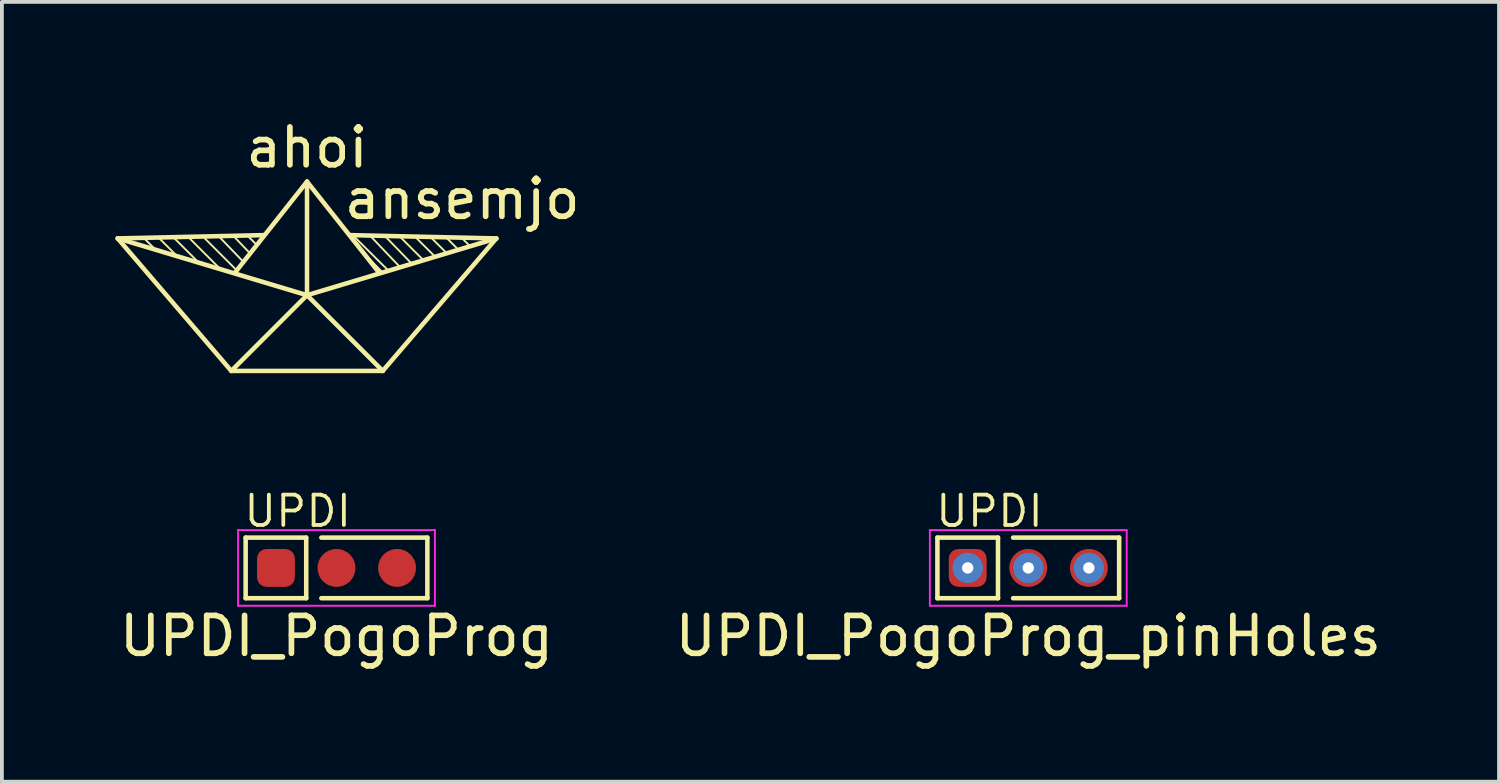
<source format=kicad_pcb>
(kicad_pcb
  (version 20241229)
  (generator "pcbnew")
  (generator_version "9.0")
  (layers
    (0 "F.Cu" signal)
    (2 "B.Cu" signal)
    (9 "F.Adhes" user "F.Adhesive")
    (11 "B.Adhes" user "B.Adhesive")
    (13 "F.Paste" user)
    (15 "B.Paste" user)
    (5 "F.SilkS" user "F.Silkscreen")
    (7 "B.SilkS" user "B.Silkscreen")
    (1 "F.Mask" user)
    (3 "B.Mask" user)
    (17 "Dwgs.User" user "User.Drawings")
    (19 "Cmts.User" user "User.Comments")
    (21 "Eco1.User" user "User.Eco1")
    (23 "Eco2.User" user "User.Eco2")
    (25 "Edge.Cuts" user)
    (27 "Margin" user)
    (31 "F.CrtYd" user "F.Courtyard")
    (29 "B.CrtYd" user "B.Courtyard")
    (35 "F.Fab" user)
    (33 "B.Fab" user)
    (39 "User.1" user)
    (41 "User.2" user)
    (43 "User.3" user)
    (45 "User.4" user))
  (footprint "ahoi-mask"
    (layer "F.Cu")
    (at 20.44 4.748)
    (property "Reference" "ahoi-mask" (at 0 -3.9 0) (layer "F.Mask") (effects (font (size 1 1) (thickness 0.15))))
    (attr through_hole)
    (fp_line (start -5 -1.5) (end 0 0) (stroke (width 0.12) (type solid)) (layer "F.Mask"))
    (fp_line (start -4.3 -1.5) (end -4 -1.2) (stroke (width 0.05) (type solid)) (layer "F.Mask"))
    (fp_line (start -3.9 -1.5) (end -3.45 -1.05) (stroke (width 0.05) (type solid)) (layer "F.Mask"))
    (fp_line (start -3.5 -1.5) (end -2.9 -0.9) (stroke (width 0.05) (type solid)) (layer "F.Mask"))
    (fp_line (start -3.1 -1.5) (end -2.3 -0.7) (stroke (width 0.05) (type solid)) (layer "F.Mask"))
    (fp_line (start -2.7 -1.5) (end -1.85 -0.65) (stroke (width 0.05) (type solid)) (layer "F.Mask"))
    (fp_line (start -2.349 -1.575) (end -1.7 -0.9) (stroke (width 0.05) (type solid)) (layer "F.Mask"))
    (fp_line (start -2 2) (end -5 -1.5) (stroke (width 0.12) (type solid)) (layer "F.Mask"))
    (fp_line (start -1.905 -1.524) (end -1.5 -1.1) (stroke (width 0.05) (type solid)) (layer "F.Mask"))
    (fp_line (start -1.524 -1.524) (end -1.35 -1.35) (stroke (width 0.05) (type solid)) (layer "F.Mask"))
    (fp_line (start -1.143 -1.587) (end -5 -1.5) (stroke (width 0.12) (type solid)) (layer "F.Mask"))
    (fp_line (start 0 -3) (end -1.9 -0.6) (stroke (width 0.12) (type solid)) (layer "F.Mask"))
    (fp_line (start 0 -3) (end 0 0) (stroke (width 0.12) (type solid)) (layer "F.Mask"))
    (fp_line (start 0 -3) (end 1.9 -0.6) (stroke (width 0.12) (type solid)) (layer "F.Mask"))
    (fp_line (start 0 0) (end -2 2) (stroke (width 0.12) (type solid)) (layer "F.Mask"))
    (fp_line (start 0 0) (end 2 2) (stroke (width 0.12) (type solid)) (layer "F.Mask"))
    (fp_line (start 0 0) (end 5 -1.5) (stroke (width 0.12) (type solid)) (layer "F.Mask"))
    (fp_line (start 1.143 -1.587) (end 5 -1.5) (stroke (width 0.12) (type solid)) (layer "F.Mask"))
    (fp_line (start 1.206 -1.587) (end 2.15 -0.65) (stroke (width 0.05) (type solid)) (layer "F.Mask"))
    (fp_line (start 1.5 -1.1) (end 2 -0.6) (stroke (width 0.05) (type solid)) (layer "F.Mask"))
    (fp_line (start 1.651 -1.587) (end 2.45 -0.75) (stroke (width 0.05) (type solid)) (layer "F.Mask"))
    (fp_line (start 2 2) (end -2 2) (stroke (width 0.12) (type solid)) (layer "F.Mask"))
    (fp_line (start 2 2) (end 5 -1.5) (stroke (width 0.12) (type solid)) (layer "F.Mask"))
    (fp_line (start 2.095 -1.524) (end 2.75 -0.85) (stroke (width 0.05) (type solid)) (layer "F.Mask"))
    (fp_line (start 2.477 -1.524) (end 3.1 -0.9) (stroke (width 0.05) (type solid)) (layer "F.Mask"))
    (fp_line (start 2.9 -1.5) (end 3.4 -1) (stroke (width 0.05) (type solid)) (layer "F.Mask"))
    (fp_line (start 3.3 -1.5) (end 3.7 -1.1) (stroke (width 0.05) (type solid)) (layer "F.Mask"))
    (fp_line (start 3.7 -1.5) (end 4 -1.2) (stroke (width 0.05) (type solid)) (layer "F.Mask"))
    (fp_line (start 4.1 -1.5) (end 4.3 -1.3) (stroke (width 0.05) (type solid)) (layer "F.Mask"))
    (fp_text user "ansemjo" (at 4.1 -2.54 0) (layer "F.Mask") (effects (font (size 1 1) (thickness 0.15)))))
  (footprint "UPDI_PogoProg_pinHoles"
    (layer "F.Cu")
    (at 24.113 11.952)
    (property "Reference" "UPDI_PogoProg_pinHoles" (at 0 1.8 0) (layer "F.SilkS") (effects (font (size 1 1) (thickness 0.15))))
    (attr through_hole)
    (fp_line (start -2.4 -0.8) (end -0.8 -0.8) (stroke (width 0.12) (type solid)) (layer "F.SilkS"))
    (fp_line (start -2.4 0.8) (end -2.4 -0.8) (stroke (width 0.12) (type solid)) (layer "F.SilkS"))
    (fp_line (start -0.8 0.8) (end -2.4 0.8) (stroke (width 0.12) (type solid)) (layer "F.SilkS"))
    (fp_line (start -0.8 0.8) (end -0.8 -0.8) (stroke (width 0.12) (type solid)) (layer "F.SilkS"))
    (fp_line (start -0.4 -0.8) (end 2.4 -0.8) (stroke (width 0.12) (type solid)) (layer "F.SilkS"))
    (fp_line (start 2.4 -0.8) (end 2.4 0.8) (stroke (width 0.12) (type solid)) (layer "F.SilkS"))
    (fp_line (start 2.4 0.8) (end -0.4 0.8) (stroke (width 0.12) (type solid)) (layer "F.SilkS"))
    (fp_line (start -2.6 -1) (end 2.6 -1) (stroke (width 0.05) (type solid)) (layer "F.CrtYd"))
    (fp_line (start -2.6 1) (end -2.6 -1) (stroke (width 0.05) (type solid)) (layer "F.CrtYd"))
    (fp_line (start 2.6 -1) (end 2.6 1) (stroke (width 0.05) (type solid)) (layer "F.CrtYd"))
    (fp_line (start 2.6 1) (end -2.6 1) (stroke (width 0.05) (type solid)) (layer "F.CrtYd"))
    (fp_text user "UPDI" (at -2.5 -1.5 0) (unlocked yes) (layer "F.SilkS") (effects (font (size 0.8 0.8) (thickness 0.1)) (justify left)))
    (pad "1" thru_hole circle (at -1.6 0) (size 0.8 0.8) (drill 0.3) (layers "*.Cu") (remove_unused_layers yes) (keep_end_layers yes) (zone_layer_connections))
    (pad "1" smd roundrect (at -1.6 0) (size 1 1) (layers "F.Cu" "F.Mask") (roundrect_rratio 0.25))
    (pad "2" thru_hole circle (at 0 0) (size 0.8 0.8) (drill 0.3) (layers "*.Cu") (remove_unused_layers yes) (keep_end_layers yes) (zone_layer_connections))
    (pad "2" smd circle (at 0 0) (size 1 1) (layers "F.Cu" "F.Mask"))
    (pad "3" thru_hole circle (at 1.6 0) (size 0.8 0.8) (drill 0.3) (layers "*.Cu") (remove_unused_layers yes) (keep_end_layers yes) (zone_layer_connections))
    (pad "3" smd circle (at 1.6 0) (size 1 1) (layers "F.Cu" "F.Mask")))
  (footprint "UPDI_PogoProg"
    (layer "F.Cu")
    (at 5.839 11.952)
    (property "Reference" "UPDI_PogoProg" (at 0 1.8 0) (layer "F.SilkS") (effects (font (size 1 1) (thickness 0.15))))
    (attr through_hole)
    (fp_line (start -2.4 -0.8) (end -0.8 -0.8) (stroke (width 0.12) (type solid)) (layer "F.SilkS"))
    (fp_line (start -2.4 0.8) (end -2.4 -0.8) (stroke (width 0.12) (type solid)) (layer "F.SilkS"))
    (fp_line (start -0.8 0.8) (end -2.4 0.8) (stroke (width 0.12) (type solid)) (layer "F.SilkS"))
    (fp_line (start -0.8 0.8) (end -0.8 -0.8) (stroke (width 0.12) (type solid)) (layer "F.SilkS"))
    (fp_line (start -0.4 -0.8) (end 2.4 -0.8) (stroke (width 0.12) (type solid)) (layer "F.SilkS"))
    (fp_line (start 2.4 -0.8) (end 2.4 0.8) (stroke (width 0.12) (type solid)) (layer "F.SilkS"))
    (fp_line (start 2.4 0.8) (end -0.4 0.8) (stroke (width 0.12) (type solid)) (layer "F.SilkS"))
    (fp_line (start -2.6 -1) (end 2.6 -1) (stroke (width 0.05) (type solid)) (layer "F.CrtYd"))
    (fp_line (start -2.6 1) (end -2.6 -1) (stroke (width 0.05) (type solid)) (layer "F.CrtYd"))
    (fp_line (start 2.6 -1) (end 2.6 1) (stroke (width 0.05) (type solid)) (layer "F.CrtYd"))
    (fp_line (start 2.6 1) (end -2.6 1) (stroke (width 0.05) (type solid)) (layer "F.CrtYd"))
    (fp_text user "UPDI" (at -2.5 -1.5 0) (unlocked yes) (layer "F.SilkS") (effects (font (size 0.8 0.8) (thickness 0.1)) (justify left)))
    (pad "1" smd roundrect (at -1.6 0) (size 1 1) (layers "F.Cu" "F.Mask") (roundrect_rratio 0.25))
    (pad "2" smd circle (at 0 0) (size 1 1) (layers "F.Cu" "F.Mask"))
    (pad "3" smd circle (at 1.6 0) (size 1 1) (layers "F.Cu" "F.Mask")))
  (footprint "ahoi"
    (layer "F.Cu")
    (at 5.06 4.748)
    (property "Reference" "ahoi" (at 0 -3.9 0) (layer "F.SilkS") (effects (font (size 1 1) (thickness 0.15))))
    (attr through_hole)
    (fp_line (start -5 -1.5) (end 0 0) (stroke (width 0.12) (type solid)) (layer "F.SilkS"))
    (fp_line (start -4.3 -1.5) (end -4 -1.2) (stroke (width 0.05) (type solid)) (layer "F.SilkS"))
    (fp_line (start -3.9 -1.5) (end -3.45 -1.05) (stroke (width 0.05) (type solid)) (layer "F.SilkS"))
    (fp_line (start -3.5 -1.5) (end -2.9 -0.9) (stroke (width 0.05) (type solid)) (layer "F.SilkS"))
    (fp_line (start -3.1 -1.5) (end -2.3 -0.7) (stroke (width 0.05) (type solid)) (layer "F.SilkS"))
    (fp_line (start -2.7 -1.5) (end -1.85 -0.65) (stroke (width 0.05) (type solid)) (layer "F.SilkS"))
    (fp_line (start -2.349 -1.575) (end -1.7 -0.9) (stroke (width 0.05) (type solid)) (layer "F.SilkS"))
    (fp_line (start -2 2) (end -5 -1.5) (stroke (width 0.12) (type solid)) (layer "F.SilkS"))
    (fp_line (start -1.905 -1.524) (end -1.5 -1.1) (stroke (width 0.05) (type solid)) (layer "F.SilkS"))
    (fp_line (start -1.524 -1.524) (end -1.35 -1.35) (stroke (width 0.05) (type solid)) (layer "F.SilkS"))
    (fp_line (start -1.143 -1.587) (end -5 -1.5) (stroke (width 0.12) (type solid)) (layer "F.SilkS"))
    (fp_line (start 0 -3) (end -1.9 -0.6) (stroke (width 0.12) (type solid)) (layer "F.SilkS"))
    (fp_line (start 0 -3) (end 0 0) (stroke (width 0.12) (type solid)) (layer "F.SilkS"))
    (fp_line (start 0 -3) (end 1.9 -0.6) (stroke (width 0.12) (type solid)) (layer "F.SilkS"))
    (fp_line (start 0 0) (end -2 2) (stroke (width 0.12) (type solid)) (layer "F.SilkS"))
    (fp_line (start 0 0) (end 2 2) (stroke (width 0.12) (type solid)) (layer "F.SilkS"))
    (fp_line (start 0 0) (end 5 -1.5) (stroke (width 0.12) (type solid)) (layer "F.SilkS"))
    (fp_line (start 1.143 -1.587) (end 5 -1.5) (stroke (width 0.12) (type solid)) (layer "F.SilkS"))
    (fp_line (start 1.206 -1.587) (end 2.15 -0.65) (stroke (width 0.05) (type solid)) (layer "F.SilkS"))
    (fp_line (start 1.5 -1.1) (end 2 -0.6) (stroke (width 0.05) (type solid)) (layer "F.SilkS"))
    (fp_line (start 1.651 -1.587) (end 2.45 -0.75) (stroke (width 0.05) (type solid)) (layer "F.SilkS"))
    (fp_line (start 2 2) (end -2 2) (stroke (width 0.12) (type solid)) (layer "F.SilkS"))
    (fp_line (start 2 2) (end 5 -1.5) (stroke (width 0.12) (type solid)) (layer "F.SilkS"))
    (fp_line (start 2.095 -1.524) (end 2.75 -0.85) (stroke (width 0.05) (type solid)) (layer "F.SilkS"))
    (fp_line (start 2.477 -1.524) (end 3.1 -0.9) (stroke (width 0.05) (type solid)) (layer "F.SilkS"))
    (fp_line (start 2.9 -1.5) (end 3.4 -1) (stroke (width 0.05) (type solid)) (layer "F.SilkS"))
    (fp_line (start 3.3 -1.5) (end 3.7 -1.1) (stroke (width 0.05) (type solid)) (layer "F.SilkS"))
    (fp_line (start 3.7 -1.5) (end 4 -1.2) (stroke (width 0.05) (type solid)) (layer "F.SilkS"))
    (fp_line (start 4.1 -1.5) (end 4.3 -1.3) (stroke (width 0.05) (type solid)) (layer "F.SilkS"))
    (fp_text user "ansemjo" (at 4.1 -2.54 0) (layer "F.SilkS") (effects (font (size 1 1) (thickness 0.15)))))
  (gr_rect
    (start -3 -3)
    (end 36.548 17.6)
    (stroke (width 0.1) (type default))
    (fill no)
    (layer "Edge.Cuts")))
</source>
